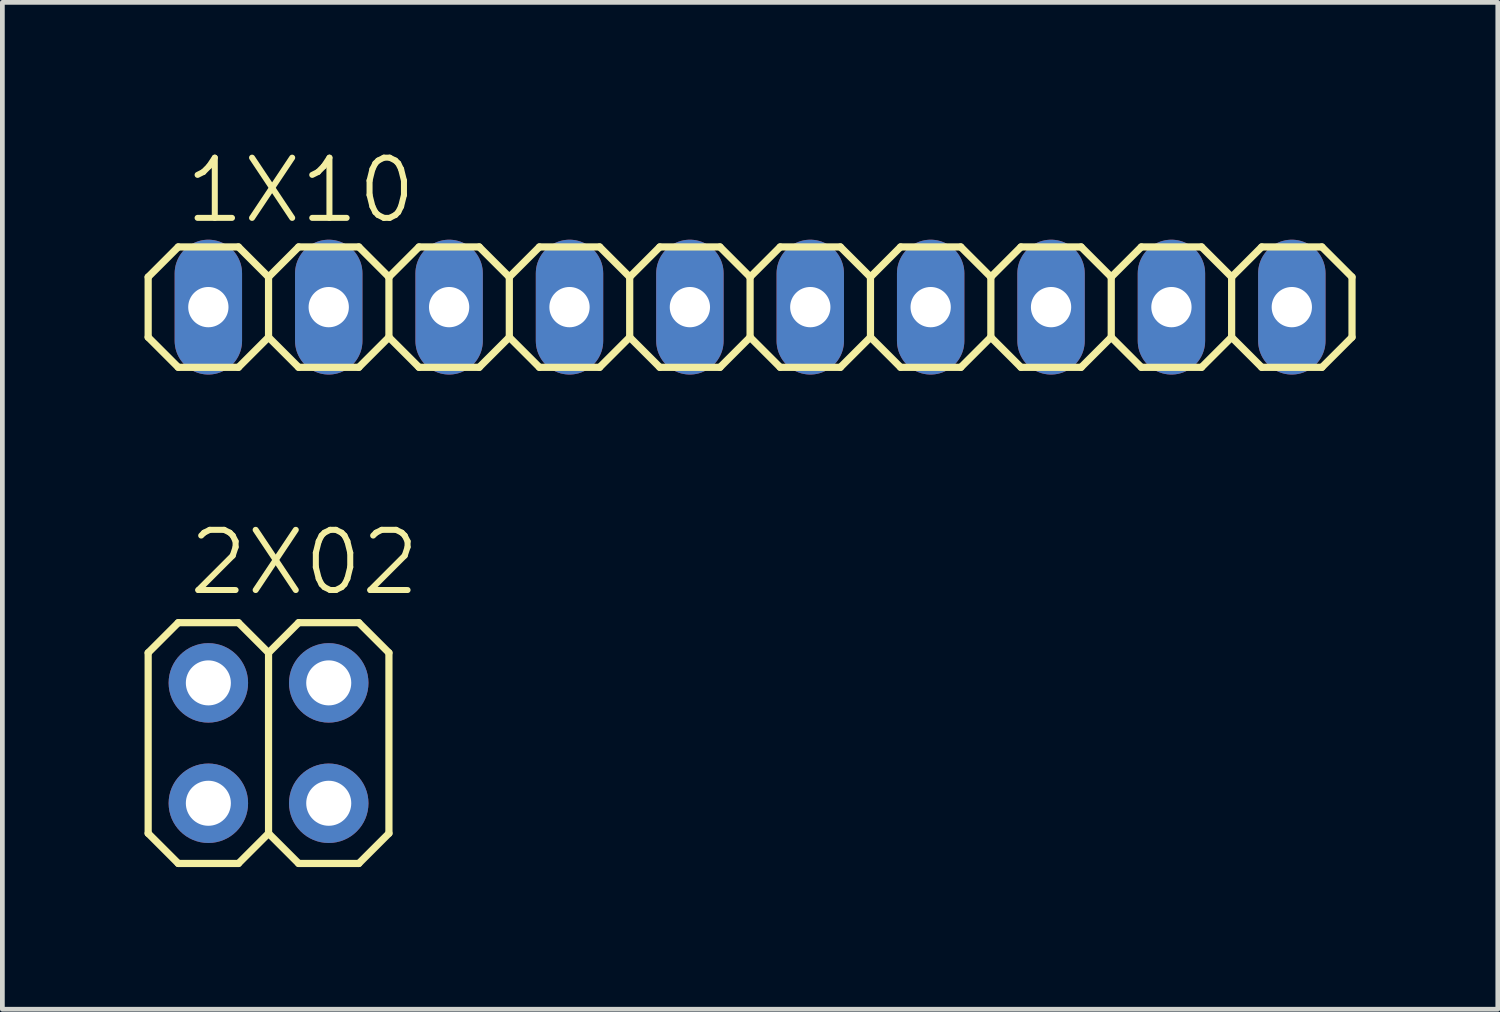
<source format=kicad_pcb>
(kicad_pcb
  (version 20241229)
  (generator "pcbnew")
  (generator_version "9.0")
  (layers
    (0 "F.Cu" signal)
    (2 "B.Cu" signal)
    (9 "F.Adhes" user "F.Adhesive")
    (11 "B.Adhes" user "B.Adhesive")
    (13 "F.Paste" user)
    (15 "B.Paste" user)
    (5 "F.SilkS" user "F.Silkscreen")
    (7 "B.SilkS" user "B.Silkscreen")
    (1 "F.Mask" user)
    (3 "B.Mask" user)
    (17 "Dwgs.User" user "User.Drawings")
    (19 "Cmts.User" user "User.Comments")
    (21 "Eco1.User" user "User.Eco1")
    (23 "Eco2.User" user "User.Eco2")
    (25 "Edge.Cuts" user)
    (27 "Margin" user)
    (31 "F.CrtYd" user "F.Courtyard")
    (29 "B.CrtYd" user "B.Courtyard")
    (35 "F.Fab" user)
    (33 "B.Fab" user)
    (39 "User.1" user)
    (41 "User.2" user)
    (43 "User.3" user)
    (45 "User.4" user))
  (footprint "1X10"
    (layer "F.Cu")
    (at 12.776 3.43)
    (property "Reference" "1X10" (at -9.48 -2.464 0) (layer "F.SilkS") (effects (font (size 1.27 1.27) (thickness 0.127))))
    (attr through_hole)
    (fp_line (start -12.7 -0.635) (end -12.7 0.635) (stroke (width 0.152) (type solid)) (layer "F.SilkS"))
    (fp_line (start -12.7 0.635) (end -12.065 1.27) (stroke (width 0.152) (type solid)) (layer "F.SilkS"))
    (fp_line (start -12.065 -1.27) (end -12.7 -0.635) (stroke (width 0.152) (type solid)) (layer "F.SilkS"))
    (fp_line (start -12.065 -1.27) (end -10.795 -1.27) (stroke (width 0.152) (type solid)) (layer "F.SilkS"))
    (fp_line (start -10.795 -1.27) (end -10.16 -0.635) (stroke (width 0.152) (type solid)) (layer "F.SilkS"))
    (fp_line (start -10.795 1.27) (end -12.065 1.27) (stroke (width 0.152) (type solid)) (layer "F.SilkS"))
    (fp_line (start -10.16 -0.635) (end -10.16 0.635) (stroke (width 0.152) (type solid)) (layer "F.SilkS"))
    (fp_line (start -10.16 -0.635) (end -9.525 -1.27) (stroke (width 0.152) (type solid)) (layer "F.SilkS"))
    (fp_line (start -10.16 0.635) (end -10.795 1.27) (stroke (width 0.152) (type solid)) (layer "F.SilkS"))
    (fp_line (start -9.525 -1.27) (end -8.255 -1.27) (stroke (width 0.152) (type solid)) (layer "F.SilkS"))
    (fp_line (start -9.525 1.27) (end -10.16 0.635) (stroke (width 0.152) (type solid)) (layer "F.SilkS"))
    (fp_line (start -8.255 -1.27) (end -7.62 -0.635) (stroke (width 0.152) (type solid)) (layer "F.SilkS"))
    (fp_line (start -8.255 1.27) (end -9.525 1.27) (stroke (width 0.152) (type solid)) (layer "F.SilkS"))
    (fp_line (start -7.62 -0.635) (end -7.62 0.635) (stroke (width 0.152) (type solid)) (layer "F.SilkS"))
    (fp_line (start -7.62 -0.635) (end -6.985 -1.27) (stroke (width 0.152) (type solid)) (layer "F.SilkS"))
    (fp_line (start -7.62 0.635) (end -8.255 1.27) (stroke (width 0.152) (type solid)) (layer "F.SilkS"))
    (fp_line (start -6.985 -1.27) (end -5.715 -1.27) (stroke (width 0.152) (type solid)) (layer "F.SilkS"))
    (fp_line (start -6.985 1.27) (end -7.62 0.635) (stroke (width 0.152) (type solid)) (layer "F.SilkS"))
    (fp_line (start -5.715 -1.27) (end -5.08 -0.635) (stroke (width 0.152) (type solid)) (layer "F.SilkS"))
    (fp_line (start -5.715 1.27) (end -6.985 1.27) (stroke (width 0.152) (type solid)) (layer "F.SilkS"))
    (fp_line (start -5.08 -0.635) (end -5.08 0.635) (stroke (width 0.152) (type solid)) (layer "F.SilkS"))
    (fp_line (start -5.08 0.635) (end -5.715 1.27) (stroke (width 0.152) (type solid)) (layer "F.SilkS"))
    (fp_line (start -5.08 0.635) (end -4.445 1.27) (stroke (width 0.152) (type solid)) (layer "F.SilkS"))
    (fp_line (start -4.445 -1.27) (end -5.08 -0.635) (stroke (width 0.152) (type solid)) (layer "F.SilkS"))
    (fp_line (start -4.445 -1.27) (end -3.175 -1.27) (stroke (width 0.152) (type solid)) (layer "F.SilkS"))
    (fp_line (start -3.175 -1.27) (end -2.54 -0.635) (stroke (width 0.152) (type solid)) (layer "F.SilkS"))
    (fp_line (start -3.175 1.27) (end -4.445 1.27) (stroke (width 0.152) (type solid)) (layer "F.SilkS"))
    (fp_line (start -2.54 -0.635) (end -2.54 0.635) (stroke (width 0.152) (type solid)) (layer "F.SilkS"))
    (fp_line (start -2.54 -0.635) (end -1.905 -1.27) (stroke (width 0.152) (type solid)) (layer "F.SilkS"))
    (fp_line (start -2.54 0.635) (end -3.175 1.27) (stroke (width 0.152) (type solid)) (layer "F.SilkS"))
    (fp_line (start -1.905 -1.27) (end -0.635 -1.27) (stroke (width 0.152) (type solid)) (layer "F.SilkS"))
    (fp_line (start -1.905 1.27) (end -2.54 0.635) (stroke (width 0.152) (type solid)) (layer "F.SilkS"))
    (fp_line (start -0.635 -1.27) (end 0 -0.635) (stroke (width 0.152) (type solid)) (layer "F.SilkS"))
    (fp_line (start -0.635 1.27) (end -1.905 1.27) (stroke (width 0.152) (type solid)) (layer "F.SilkS"))
    (fp_line (start 0 -0.635) (end 0 0.635) (stroke (width 0.152) (type solid)) (layer "F.SilkS"))
    (fp_line (start 0 -0.635) (end 0.635 -1.27) (stroke (width 0.152) (type solid)) (layer "F.SilkS"))
    (fp_line (start 0 0.635) (end -0.635 1.27) (stroke (width 0.152) (type solid)) (layer "F.SilkS"))
    (fp_line (start 0.635 -1.27) (end 1.905 -1.27) (stroke (width 0.152) (type solid)) (layer "F.SilkS"))
    (fp_line (start 0.635 1.27) (end 0 0.635) (stroke (width 0.152) (type solid)) (layer "F.SilkS"))
    (fp_line (start 1.905 -1.27) (end 2.54 -0.635) (stroke (width 0.152) (type solid)) (layer "F.SilkS"))
    (fp_line (start 1.905 1.27) (end 0.635 1.27) (stroke (width 0.152) (type solid)) (layer "F.SilkS"))
    (fp_line (start 2.54 -0.635) (end 2.54 0.635) (stroke (width 0.152) (type solid)) (layer "F.SilkS"))
    (fp_line (start 2.54 0.635) (end 1.905 1.27) (stroke (width 0.152) (type solid)) (layer "F.SilkS"))
    (fp_line (start 2.54 0.635) (end 3.175 1.27) (stroke (width 0.152) (type solid)) (layer "F.SilkS"))
    (fp_line (start 3.175 -1.27) (end 2.54 -0.635) (stroke (width 0.152) (type solid)) (layer "F.SilkS"))
    (fp_line (start 3.175 -1.27) (end 4.445 -1.27) (stroke (width 0.152) (type solid)) (layer "F.SilkS"))
    (fp_line (start 4.445 -1.27) (end 5.08 -0.635) (stroke (width 0.152) (type solid)) (layer "F.SilkS"))
    (fp_line (start 4.445 1.27) (end 3.175 1.27) (stroke (width 0.152) (type solid)) (layer "F.SilkS"))
    (fp_line (start 5.08 -0.635) (end 5.08 0.635) (stroke (width 0.152) (type solid)) (layer "F.SilkS"))
    (fp_line (start 5.08 -0.635) (end 5.715 -1.27) (stroke (width 0.152) (type solid)) (layer "F.SilkS"))
    (fp_line (start 5.08 0.635) (end 4.445 1.27) (stroke (width 0.152) (type solid)) (layer "F.SilkS"))
    (fp_line (start 5.715 -1.27) (end 6.985 -1.27) (stroke (width 0.152) (type solid)) (layer "F.SilkS"))
    (fp_line (start 5.715 1.27) (end 5.08 0.635) (stroke (width 0.152) (type solid)) (layer "F.SilkS"))
    (fp_line (start 6.985 -1.27) (end 7.62 -0.635) (stroke (width 0.152) (type solid)) (layer "F.SilkS"))
    (fp_line (start 6.985 1.27) (end 5.715 1.27) (stroke (width 0.152) (type solid)) (layer "F.SilkS"))
    (fp_line (start 7.62 -0.635) (end 7.62 0.635) (stroke (width 0.152) (type solid)) (layer "F.SilkS"))
    (fp_line (start 7.62 -0.635) (end 8.255 -1.27) (stroke (width 0.152) (type solid)) (layer "F.SilkS"))
    (fp_line (start 7.62 0.635) (end 6.985 1.27) (stroke (width 0.152) (type solid)) (layer "F.SilkS"))
    (fp_line (start 8.255 -1.27) (end 9.525 -1.27) (stroke (width 0.152) (type solid)) (layer "F.SilkS"))
    (fp_line (start 8.255 1.27) (end 7.62 0.635) (stroke (width 0.152) (type solid)) (layer "F.SilkS"))
    (fp_line (start 9.525 -1.27) (end 10.16 -0.635) (stroke (width 0.152) (type solid)) (layer "F.SilkS"))
    (fp_line (start 9.525 1.27) (end 8.255 1.27) (stroke (width 0.152) (type solid)) (layer "F.SilkS"))
    (fp_line (start 10.16 -0.635) (end 10.16 0.635) (stroke (width 0.152) (type solid)) (layer "F.SilkS"))
    (fp_line (start 10.16 0.635) (end 9.525 1.27) (stroke (width 0.152) (type solid)) (layer "F.SilkS"))
    (fp_line (start 10.16 0.635) (end 10.795 1.27) (stroke (width 0.152) (type solid)) (layer "F.SilkS"))
    (fp_line (start 10.795 -1.27) (end 10.16 -0.635) (stroke (width 0.152) (type solid)) (layer "F.SilkS"))
    (fp_line (start 10.795 -1.27) (end 12.065 -1.27) (stroke (width 0.152) (type solid)) (layer "F.SilkS"))
    (fp_line (start 12.065 -1.27) (end 12.7 -0.635) (stroke (width 0.152) (type solid)) (layer "F.SilkS"))
    (fp_line (start 12.065 1.27) (end 10.795 1.27) (stroke (width 0.152) (type solid)) (layer "F.SilkS"))
    (fp_line (start 12.7 -0.635) (end 12.7 0.635) (stroke (width 0.152) (type solid)) (layer "F.SilkS"))
    (fp_line (start 12.7 0.635) (end 12.065 1.27) (stroke (width 0.152) (type solid)) (layer "F.SilkS"))
    (fp_poly (pts (xy -11.684 -0.254) (xy -11.176 -0.254) (xy -11.176 0.254) (xy -11.684 0.254)) (stroke (width 0.1) (type solid)) (fill no) (layer "F.Fab"))
    (fp_poly (pts (xy -9.144 -0.254) (xy -8.636 -0.254) (xy -8.636 0.254) (xy -9.144 0.254)) (stroke (width 0.1) (type solid)) (fill no) (layer "F.Fab"))
    (fp_poly (pts (xy -6.604 -0.254) (xy -6.096 -0.254) (xy -6.096 0.254) (xy -6.604 0.254)) (stroke (width 0.1) (type solid)) (fill no) (layer "F.Fab"))
    (fp_poly (pts (xy -4.064 -0.254) (xy -3.556 -0.254) (xy -3.556 0.254) (xy -4.064 0.254)) (stroke (width 0.1) (type solid)) (fill no) (layer "F.Fab"))
    (fp_poly (pts (xy -1.524 -0.254) (xy -1.016 -0.254) (xy -1.016 0.254) (xy -1.524 0.254)) (stroke (width 0.1) (type solid)) (fill no) (layer "F.Fab"))
    (fp_poly (pts (xy 1.016 -0.254) (xy 1.524 -0.254) (xy 1.524 0.254) (xy 1.016 0.254)) (stroke (width 0.1) (type solid)) (fill no) (layer "F.Fab"))
    (fp_poly (pts (xy 3.556 -0.254) (xy 4.064 -0.254) (xy 4.064 0.254) (xy 3.556 0.254)) (stroke (width 0.1) (type solid)) (fill no) (layer "F.Fab"))
    (fp_poly (pts (xy 6.096 -0.254) (xy 6.604 -0.254) (xy 6.604 0.254) (xy 6.096 0.254)) (stroke (width 0.1) (type solid)) (fill no) (layer "F.Fab"))
    (fp_poly (pts (xy 8.636 -0.254) (xy 9.144 -0.254) (xy 9.144 0.254) (xy 8.636 0.254)) (stroke (width 0.1) (type solid)) (fill no) (layer "F.Fab"))
    (fp_poly (pts (xy 11.176 -0.254) (xy 11.684 -0.254) (xy 11.684 0.254) (xy 11.176 0.254)) (stroke (width 0.1) (type solid)) (fill no) (layer "F.Fab"))
    (pad "1" thru_hole oval (at -11.43 0) (size 1.422 2.845) (drill 0.85) (layers "*.Cu" "*.Mask"))
    (pad "2" thru_hole oval (at -8.89 0) (size 1.422 2.845) (drill 0.85) (layers "*.Cu" "*.Mask"))
    (pad "3" thru_hole oval (at -6.35 0) (size 1.422 2.845) (drill 0.85) (layers "*.Cu" "*.Mask"))
    (pad "4" thru_hole oval (at -3.81 0) (size 1.422 2.845) (drill 0.85) (layers "*.Cu" "*.Mask"))
    (pad "5" thru_hole oval (at -1.27 0) (size 1.422 2.845) (drill 0.85) (layers "*.Cu" "*.Mask"))
    (pad "6" thru_hole oval (at 1.27 0) (size 1.422 2.845) (drill 0.85) (layers "*.Cu" "*.Mask"))
    (pad "7" thru_hole oval (at 3.81 0) (size 1.422 2.845) (drill 0.85) (layers "*.Cu" "*.Mask"))
    (pad "8" thru_hole oval (at 6.35 0) (size 1.422 2.845) (drill 0.85) (layers "*.Cu" "*.Mask"))
    (pad "9" thru_hole oval (at 8.89 0) (size 1.422 2.845) (drill 0.85) (layers "*.Cu" "*.Mask"))
    (pad "10" thru_hole oval (at 11.43 0) (size 1.422 2.845) (drill 0.85) (layers "*.Cu" "*.Mask")))
  (footprint "2X02"
    (layer "F.Cu")
    (at 2.616 12.628)
    (property "Reference" "2X02" (at 0.756 -3.81 0) (layer "F.SilkS") (effects (font (size 1.27 1.27) (thickness 0.127))))
    (attr through_hole)
    (fp_line (start -2.54 -1.905) (end -1.905 -2.54) (stroke (width 0.152) (type solid)) (layer "F.SilkS"))
    (fp_line (start -2.54 1.905) (end -2.54 -1.905) (stroke (width 0.152) (type solid)) (layer "F.SilkS"))
    (fp_line (start -2.54 1.905) (end -1.905 2.54) (stroke (width 0.152) (type solid)) (layer "F.SilkS"))
    (fp_line (start -1.905 -2.54) (end -0.635 -2.54) (stroke (width 0.152) (type solid)) (layer "F.SilkS"))
    (fp_line (start -1.905 2.54) (end -0.635 2.54) (stroke (width 0.152) (type solid)) (layer "F.SilkS"))
    (fp_line (start -0.635 -2.54) (end 0 -1.905) (stroke (width 0.152) (type solid)) (layer "F.SilkS"))
    (fp_line (start -0.635 2.54) (end 0 1.905) (stroke (width 0.152) (type solid)) (layer "F.SilkS"))
    (fp_line (start 0 -1.905) (end 0 1.905) (stroke (width 0.152) (type solid)) (layer "F.SilkS"))
    (fp_line (start 0 -1.905) (end 0.635 -2.54) (stroke (width 0.152) (type solid)) (layer "F.SilkS"))
    (fp_line (start 0 1.905) (end 0.635 2.54) (stroke (width 0.152) (type solid)) (layer "F.SilkS"))
    (fp_line (start 0.635 -2.54) (end 1.905 -2.54) (stroke (width 0.152) (type solid)) (layer "F.SilkS"))
    (fp_line (start 0.635 2.54) (end 1.905 2.54) (stroke (width 0.152) (type solid)) (layer "F.SilkS"))
    (fp_line (start 1.905 -2.54) (end 2.54 -1.905) (stroke (width 0.152) (type solid)) (layer "F.SilkS"))
    (fp_line (start 1.905 2.54) (end 2.54 1.905) (stroke (width 0.152) (type solid)) (layer "F.SilkS"))
    (fp_line (start 2.54 -1.905) (end 2.54 1.905) (stroke (width 0.152) (type solid)) (layer "F.SilkS"))
    (fp_poly (pts (xy -1.524 -1.524) (xy -1.016 -1.524) (xy -1.016 -1.016) (xy -1.524 -1.016)) (stroke (width 0.1) (type solid)) (fill no) (layer "F.Fab"))
    (fp_poly (pts (xy -1.524 1.016) (xy -1.016 1.016) (xy -1.016 1.524) (xy -1.524 1.524)) (stroke (width 0.1) (type solid)) (fill no) (layer "F.Fab"))
    (fp_poly (pts (xy 1.016 -1.524) (xy 1.524 -1.524) (xy 1.524 -1.016) (xy 1.016 -1.016)) (stroke (width 0.1) (type solid)) (fill no) (layer "F.Fab"))
    (fp_poly (pts (xy 1.016 1.016) (xy 1.524 1.016) (xy 1.524 1.524) (xy 1.016 1.524)) (stroke (width 0.1) (type solid)) (fill no) (layer "F.Fab"))
    (pad "1" thru_hole circle (at -1.27 1.27) (size 1.676 1.676) (drill 0.95) (layers "*.Cu" "*.Mask"))
    (pad "2" thru_hole circle (at -1.27 -1.27) (size 1.676 1.676) (drill 0.95) (layers "*.Cu" "*.Mask"))
    (pad "3" thru_hole circle (at 1.27 1.27) (size 1.676 1.676) (drill 0.95) (layers "*.Cu" "*.Mask"))
    (pad "4" thru_hole circle (at 1.27 -1.27) (size 1.676 1.676) (drill 0.95) (layers "*.Cu" "*.Mask")))
  (gr_rect
    (start -3 -3)
    (end 28.552 18.244)
    (stroke (width 0.1) (type default))
    (fill no)
    (layer "Edge.Cuts")))
</source>
